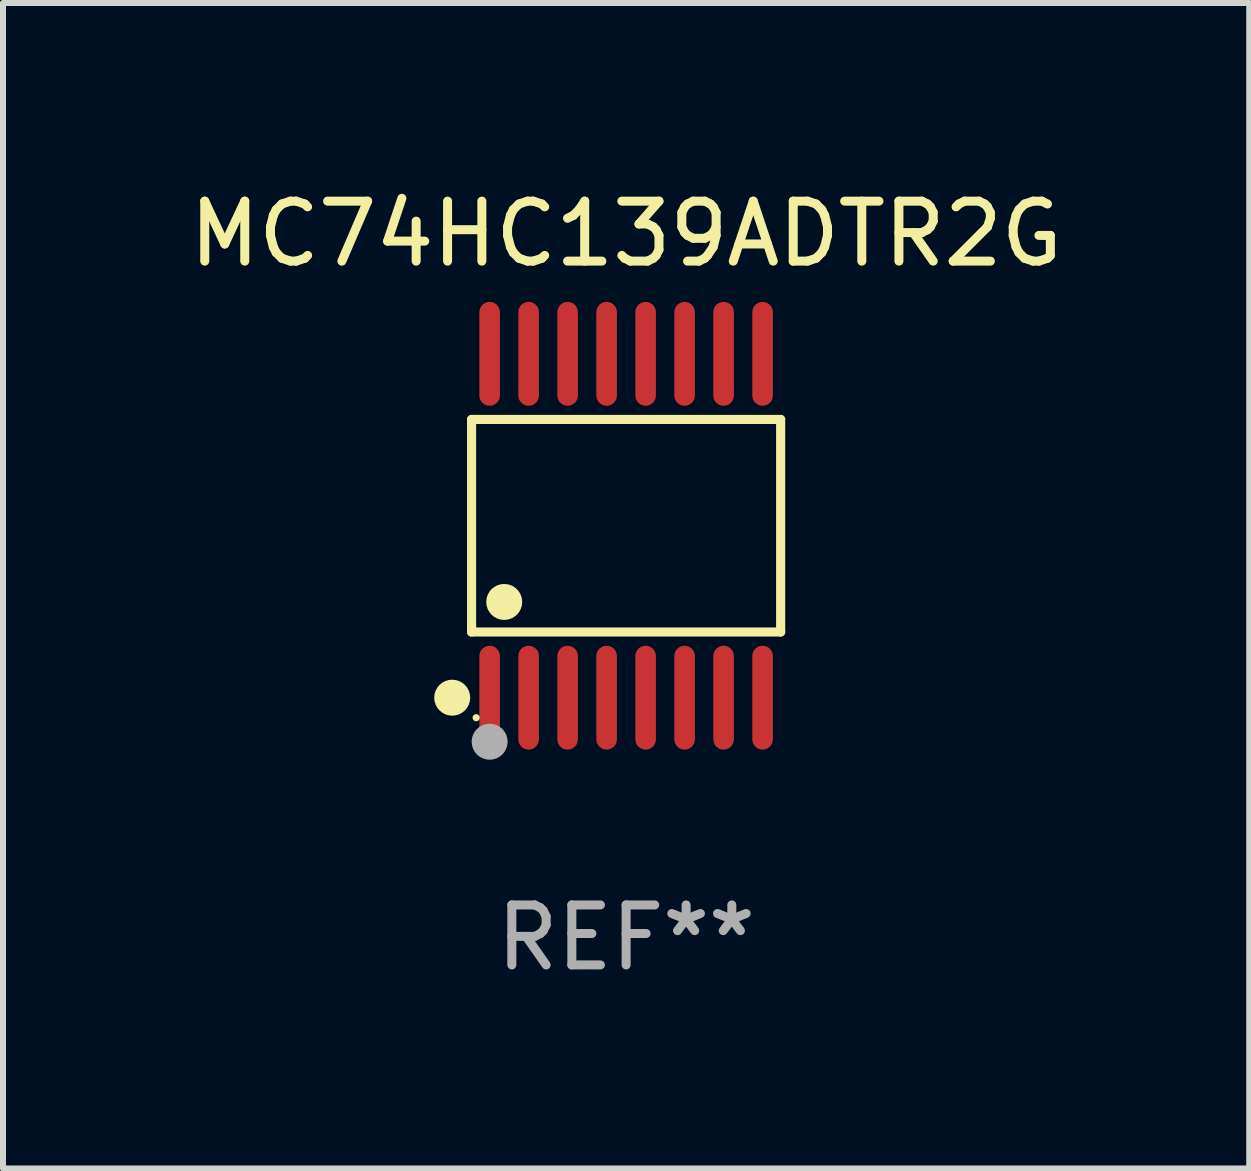
<source format=kicad_pcb>
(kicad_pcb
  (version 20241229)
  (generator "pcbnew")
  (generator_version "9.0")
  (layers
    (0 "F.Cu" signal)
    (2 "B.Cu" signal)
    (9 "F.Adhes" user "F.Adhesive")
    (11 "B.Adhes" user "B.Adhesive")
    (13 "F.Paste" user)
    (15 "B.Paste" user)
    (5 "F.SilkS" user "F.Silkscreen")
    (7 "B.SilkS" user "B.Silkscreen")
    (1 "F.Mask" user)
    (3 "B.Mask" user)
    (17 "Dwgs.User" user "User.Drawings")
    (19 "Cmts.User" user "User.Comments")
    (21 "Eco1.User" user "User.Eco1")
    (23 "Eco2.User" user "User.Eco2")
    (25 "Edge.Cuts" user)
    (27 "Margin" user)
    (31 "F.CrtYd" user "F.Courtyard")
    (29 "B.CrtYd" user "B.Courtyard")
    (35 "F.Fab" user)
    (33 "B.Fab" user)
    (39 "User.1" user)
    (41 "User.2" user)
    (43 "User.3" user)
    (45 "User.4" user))
  (footprint "MC74HC139ADTR2G"
    (layer "F.Cu")
    (at 7.387 5.714)
    (property "Reference" "MC74HC139ADTR2G" (at 0 -4.866 0) (layer "F.SilkS") (effects (font (size 1 1) (thickness 0.15))))
    (attr through_hole)
    (fp_line (start -2.576 -1.772) (end 2.576 -1.772) (stroke (width 0.152) (type solid)) (layer "F.SilkS"))
    (fp_line (start -2.576 1.771) (end -2.576 -1.772) (stroke (width 0.152) (type solid)) (layer "F.SilkS"))
    (fp_line (start 2.576 -1.772) (end 2.576 1.771) (stroke (width 0.152) (type solid)) (layer "F.SilkS"))
    (fp_line (start 2.576 1.771) (end -2.576 1.771) (stroke (width 0.152) (type solid)) (layer "F.SilkS"))
    (fp_circle (center -2.899 2.866) (end -2.749 2.866) (stroke (width 0.3) (type solid)) (fill no) (layer "F.SilkS"))
    (fp_circle (center -2.5 3.2) (end -2.47 3.2) (stroke (width 0.06) (type solid)) (fill no) (layer "F.SilkS"))
    (fp_circle (center -2.032 1.27) (end -1.882 1.27) (stroke (width 0.3) (type solid)) (fill no) (layer "F.SilkS"))
    (fp_circle (center -2.275 3.6) (end -2.125 3.6) (stroke (width 0.3) (type solid)) (fill no) (layer "F.Fab"))
    (fp_text user "REF**" (at 0 6.866 0) (layer "F.Fab") (effects (font (size 1 1) (thickness 0.15))))
    (pad "1" smd oval (at -2.275 2.866) (size 0.343 1.731) (layers "F.Cu" "F.Mask" "F.Paste"))
    (pad "2" smd oval (at -1.625 2.866) (size 0.343 1.731) (layers "F.Cu" "F.Mask" "F.Paste"))
    (pad "3" smd oval (at -0.975 2.866) (size 0.343 1.731) (layers "F.Cu" "F.Mask" "F.Paste"))
    (pad "4" smd oval (at -0.325 2.866) (size 0.343 1.731) (layers "F.Cu" "F.Mask" "F.Paste"))
    (pad "5" smd oval (at 0.325 2.866) (size 0.343 1.731) (layers "F.Cu" "F.Mask" "F.Paste"))
    (pad "6" smd oval (at 0.975 2.866) (size 0.343 1.731) (layers "F.Cu" "F.Mask" "F.Paste"))
    (pad "7" smd oval (at 1.625 2.866) (size 0.343 1.731) (layers "F.Cu" "F.Mask" "F.Paste"))
    (pad "8" smd oval (at 2.275 2.866) (size 0.343 1.731) (layers "F.Cu" "F.Mask" "F.Paste"))
    (pad "9" smd oval (at 2.275 -2.866) (size 0.343 1.731) (layers "F.Cu" "F.Mask" "F.Paste"))
    (pad "10" smd oval (at 1.625 -2.866) (size 0.343 1.731) (layers "F.Cu" "F.Mask" "F.Paste"))
    (pad "11" smd oval (at 0.975 -2.866) (size 0.343 1.731) (layers "F.Cu" "F.Mask" "F.Paste"))
    (pad "12" smd oval (at 0.325 -2.866) (size 0.343 1.731) (layers "F.Cu" "F.Mask" "F.Paste"))
    (pad "13" smd oval (at -0.325 -2.866) (size 0.343 1.731) (layers "F.Cu" "F.Mask" "F.Paste"))
    (pad "14" smd oval (at -0.975 -2.866) (size 0.343 1.731) (layers "F.Cu" "F.Mask" "F.Paste"))
    (pad "15" smd oval (at -1.625 -2.866) (size 0.343 1.731) (layers "F.Cu" "F.Mask" "F.Paste"))
    (pad "16" smd oval (at -2.275 -2.866) (size 0.343 1.731) (layers "F.Cu" "F.Mask" "F.Paste")))
  (gr_rect
    (start -3 -3)
    (end 17.774 16.428)
    (stroke (width 0.1) (type default))
    (fill no)
    (layer "Edge.Cuts")))
</source>
